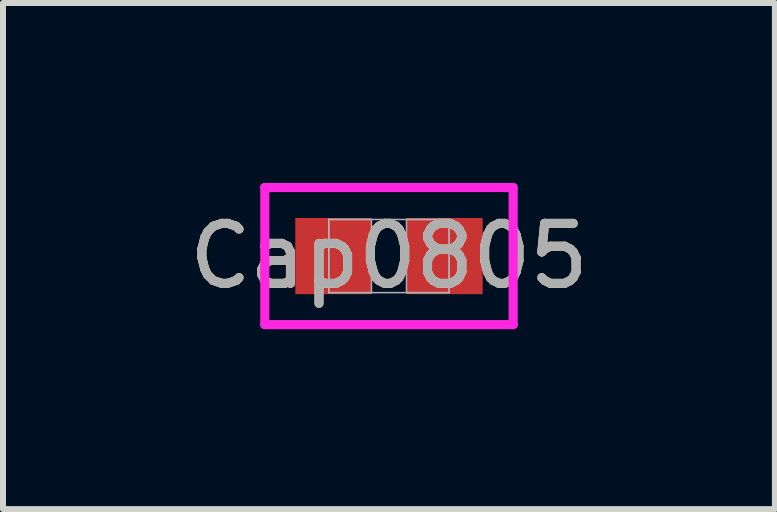
<source format=kicad_pcb>
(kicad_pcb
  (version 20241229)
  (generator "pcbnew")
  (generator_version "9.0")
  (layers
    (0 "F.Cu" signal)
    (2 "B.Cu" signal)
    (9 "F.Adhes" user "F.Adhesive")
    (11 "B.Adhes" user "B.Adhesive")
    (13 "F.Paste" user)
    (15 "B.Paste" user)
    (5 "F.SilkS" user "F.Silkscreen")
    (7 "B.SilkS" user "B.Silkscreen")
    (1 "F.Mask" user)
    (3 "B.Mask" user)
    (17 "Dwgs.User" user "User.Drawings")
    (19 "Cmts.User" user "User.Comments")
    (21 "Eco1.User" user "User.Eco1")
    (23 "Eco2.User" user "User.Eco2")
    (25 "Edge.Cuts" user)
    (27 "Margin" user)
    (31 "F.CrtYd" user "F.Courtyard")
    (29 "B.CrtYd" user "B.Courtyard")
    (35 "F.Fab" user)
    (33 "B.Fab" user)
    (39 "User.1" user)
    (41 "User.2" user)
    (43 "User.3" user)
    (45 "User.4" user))
  (footprint "Cap0805"
    (layer "F.Cu")
    (at 3.435 1.219)
    (property "Reference" "Cap0805" (at 0 0 0) (unlocked yes) (layer "F.SilkS") (effects (font (size 1 1) (thickness 0.15))))
    (attr smd)
    (fp_line (start -2.07 -1.143) (end 2.07 -1.143) (stroke (width 0.152) (type solid)) (layer "F.CrtYd"))
    (fp_line (start -2.07 1.143) (end -2.07 -1.143) (stroke (width 0.152) (type solid)) (layer "F.CrtYd"))
    (fp_line (start 2.07 -1.143) (end 2.07 1.143) (stroke (width 0.152) (type solid)) (layer "F.CrtYd"))
    (fp_line (start 2.07 1.143) (end -2.07 1.143) (stroke (width 0.152) (type solid)) (layer "F.CrtYd"))
    (fp_line (start -1.003 -0.61) (end -1.003 0.61) (stroke (width 0.025) (type solid)) (layer "F.Fab"))
    (fp_line (start -1.003 -0.61) (end -1.003 0.61) (stroke (width 0.025) (type solid)) (layer "F.Fab"))
    (fp_line (start -1.003 0.61) (end -0.292 0.61) (stroke (width 0.025) (type solid)) (layer "F.Fab"))
    (fp_line (start -1.003 0.61) (end 1.003 0.61) (stroke (width 0.025) (type solid)) (layer "F.Fab"))
    (fp_line (start -0.292 -0.61) (end -1.003 -0.61) (stroke (width 0.025) (type solid)) (layer "F.Fab"))
    (fp_line (start -0.292 0.61) (end -0.292 -0.61) (stroke (width 0.025) (type solid)) (layer "F.Fab"))
    (fp_line (start 0.292 -0.61) (end 0.292 0.61) (stroke (width 0.025) (type solid)) (layer "F.Fab"))
    (fp_line (start 0.292 0.61) (end 1.003 0.61) (stroke (width 0.025) (type solid)) (layer "F.Fab"))
    (fp_line (start 1.003 -0.61) (end -1.003 -0.61) (stroke (width 0.025) (type solid)) (layer "F.Fab"))
    (fp_line (start 1.003 -0.61) (end 0.292 -0.61) (stroke (width 0.025) (type solid)) (layer "F.Fab"))
    (fp_line (start 1.003 0.61) (end 1.003 -0.61) (stroke (width 0.025) (type solid)) (layer "F.Fab"))
    (fp_line (start 1.003 0.61) (end 1.003 -0.61) (stroke (width 0.025) (type solid)) (layer "F.Fab"))
    (fp_text user "${REFERENCE}" (at 0 0 0) (unlocked yes) (layer "F.Fab") (effects (font (size 1 1) (thickness 0.15))))
    (pad "1" smd rect (at -0.927 0) (size 1.27 1.27) (layers "F.Cu" "F.Mask" "F.Paste"))
    (pad "2" smd rect (at 0.927 0) (size 1.27 1.27) (layers "F.Cu" "F.Mask" "F.Paste"))
    (zone (net_name "") (layer "F.Cu") (hatch full 0.508) (connect_pads) (min_thickness 0.254) (filled_areas_thickness no) (keepout (tracks not_allowed) (vias not_allowed) (pads allowed) (copperpour not_allowed) (footprints allowed)) (placement (enabled no)) (fill) (polygon (pts (xy 3.193 0.66) (xy 3.676 0.66) (xy 3.676 1.778) (xy 3.193 1.778)))))
  (gr_rect
    (start -3 -3)
    (end 9.869 5.438)
    (stroke (width 0.1) (type default))
    (fill no)
    (layer "Edge.Cuts")))
</source>
